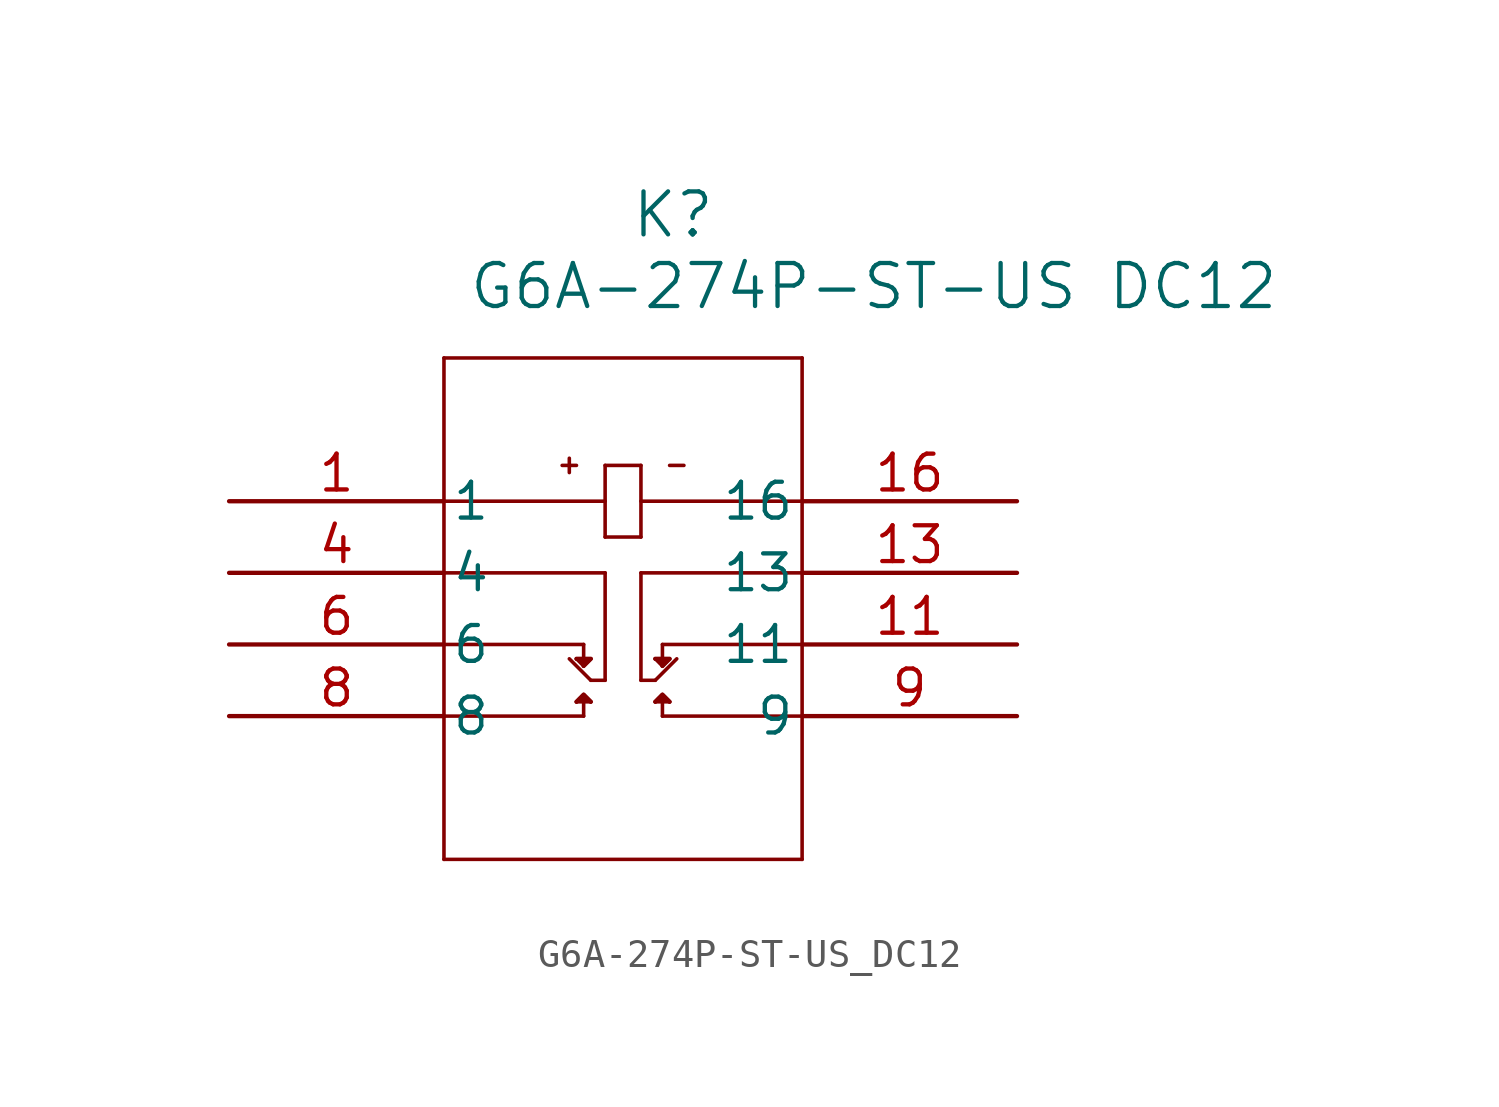
<source format=kicad_sym>
(kicad_symbol_lib
  (version 20211014)
  (generator kicad_symbol_editor)
  (symbol "G6A-274P-ST-US_DC12"
    (pin_names
      (offset 0.254))
    (property "Reference" "K"
      (at 15.748 10.16 0)
      (effects (font (size 1.524 1.524))))
    (property "Value" "G6A-274P-ST-US DC12"
      (at 22.86 7.62 0)
      (effects (font (size 1.524 1.524))))
    (symbol "G6A-274P-ST-US_DC12_0_1"
      (polyline (pts (xy 7.62 5.08) (xy 7.62 -12.7)) (stroke (width 0.127) (type default) (color 0 0 0 0)) (fill (type none)))
      (polyline (pts (xy 7.62 -12.7) (xy 20.32 -12.7)) (stroke (width 0.127) (type default) (color 0 0 0 0)) (fill (type none)))
      (polyline (pts (xy 20.32 -12.7) (xy 20.32 5.08)) (stroke (width 0.127) (type default) (color 0 0 0 0)) (fill (type none)))
      (polyline (pts (xy 20.32 5.08) (xy 7.62 5.08)) (stroke (width 0.127) (type default) (color 0 0 0 0)) (fill (type none)))
      (polyline (pts (xy 7.62 0) (xy 13.335 0)) (stroke (width 0.127) (type default) (color 0 0 0 0)) (fill (type none)))
      (polyline (pts (xy 13.335 1.27) (xy 13.335 -1.27)) (stroke (width 0.127) (type default) (color 0 0 0 0)) (fill (type none)))
      (polyline (pts (xy 13.335 -1.27) (xy 14.605 -1.27)) (stroke (width 0.127) (type default) (color 0 0 0 0)) (fill (type none)))
      (polyline (pts (xy 14.605 -1.27) (xy 14.605 1.27)) (stroke (width 0.127) (type default) (color 0 0 0 0)) (fill (type none)))
      (polyline (pts (xy 13.335 1.27) (xy 14.605 1.27)) (stroke (width 0.127) (type default) (color 0 0 0 0)) (fill (type none)))
      (polyline (pts (xy 14.605 0) (xy 20.32 0)) (stroke (width 0.127) (type default) (color 0 0 0 0)) (fill (type none)))
      (polyline (pts (xy 12.065 1.524) (xy 12.065 1.016)) (stroke (width 0.127) (type default) (color 0 0 0 0)) (fill (type none)))
      (polyline (pts (xy 11.811 1.27) (xy 12.319 1.27)) (stroke (width 0.127) (type default) (color 0 0 0 0)) (fill (type none)))
      (polyline (pts (xy 15.621 1.27) (xy 16.129 1.27)) (stroke (width 0.127) (type default) (color 0 0 0 0)) (fill (type none)))
      (polyline (pts (xy 7.62 -5.08) (xy 12.573 -5.08)) (stroke (width 0.127) (type default) (color 0 0 0 0)) (fill (type none)))
      (polyline (pts (xy 7.62 -7.62) (xy 12.573 -7.62)) (stroke (width 0.127) (type default) (color 0 0 0 0)) (fill (type none)))
      (polyline (pts (xy 12.573 -7.62) (xy 12.573 -7.112)) (stroke (width 0.127) (type default) (color 0 0 0 0)) (fill (type none)))
      (polyline (pts (xy 12.319 -7.112) (xy 12.827 -7.112)) (stroke (width 0.127) (type default) (color 0 0 0 0)) (fill (type none)))
      (polyline (pts (xy 12.319 -7.112) (xy 12.573 -6.858)) (stroke (width 0.127) (type default) (color 0 0 0 0)) (fill (type none)))
      (polyline (pts (xy 12.573 -6.858) (xy 12.827 -7.112)) (stroke (width 0.127) (type default) (color 0 0 0 0)) (fill (type none)))
      (polyline (pts (xy 12.573 -5.08) (xy 12.573 -5.588)) (stroke (width 0.127) (type default) (color 0 0 0 0)) (fill (type none)))
      (polyline (pts (xy 12.319 -5.588) (xy 12.827 -5.588)) (stroke (width 0.127) (type default) (color 0 0 0 0)) (fill (type none)))
      (polyline (pts (xy 12.319 -5.588) (xy 12.573 -5.842)) (stroke (width 0.127) (type default) (color 0 0 0 0)) (fill (type none)))
      (polyline (pts (xy 12.573 -5.842) (xy 12.827 -5.588)) (stroke (width 0.127) (type default) (color 0 0 0 0)) (fill (type none)))
      (polyline (pts (xy 7.62 -2.54) (xy 13.335 -2.54)) (stroke (width 0.127) (type default) (color 0 0 0 0)) (fill (type none)))
      (polyline (pts (xy 12.065 -5.588) (xy 12.827 -6.35)) (stroke (width 0.127) (type default) (color 0 0 0 0)) (fill (type none)))
      (polyline (pts (xy 13.335 -2.54) (xy 13.335 -6.35)) (stroke (width 0.127) (type default) (color 0 0 0 0)) (fill (type none)))
      (polyline (pts (xy 12.827 -6.35) (xy 13.335 -6.35)) (stroke (width 0.127) (type default) (color 0 0 0 0)) (fill (type none)))
      (polyline (pts (xy 14.605 -2.54) (xy 14.605 -6.35)) (stroke (width 0.127) (type default) (color 0 0 0 0)) (fill (type none)))
      (polyline (pts (xy 14.605 -6.35) (xy 15.113 -6.35)) (stroke (width 0.127) (type default) (color 0 0 0 0)) (fill (type none)))
      (polyline (pts (xy 14.605 -2.54) (xy 20.32 -2.54)) (stroke (width 0.127) (type default) (color 0 0 0 0)) (fill (type none)))
      (polyline (pts (xy 15.367 -5.08) (xy 20.32 -5.08)) (stroke (width 0.127) (type default) (color 0 0 0 0)) (fill (type none)))
      (polyline (pts (xy 15.367 -5.08) (xy 15.367 -5.588)) (stroke (width 0.127) (type default) (color 0 0 0 0)) (fill (type none)))
      (polyline (pts (xy 15.113 -5.588) (xy 15.621 -5.588)) (stroke (width 0.127) (type default) (color 0 0 0 0)) (fill (type none)))
      (polyline (pts (xy 15.113 -5.588) (xy 15.367 -5.842)) (stroke (width 0.127) (type default) (color 0 0 0 0)) (fill (type none)))
      (polyline (pts (xy 15.621 -5.588) (xy 15.367 -5.842)) (stroke (width 0.127) (type default) (color 0 0 0 0)) (fill (type none)))
      (polyline (pts (xy 15.367 -6.858) (xy 15.113 -7.112)) (stroke (width 0.127) (type default) (color 0 0 0 0)) (fill (type none)))
      (polyline (pts (xy 15.367 -6.858) (xy 15.621 -7.112)) (stroke (width 0.127) (type default) (color 0 0 0 0)) (fill (type none)))
      (polyline (pts (xy 15.113 -7.112) (xy 15.621 -7.112)) (stroke (width 0.127) (type default) (color 0 0 0 0)) (fill (type none)))
      (polyline (pts (xy 15.367 -7.112) (xy 15.367 -7.62)) (stroke (width 0.127) (type default) (color 0 0 0 0)) (fill (type none)))
      (polyline (pts (xy 15.367 -7.62) (xy 20.32 -7.62)) (stroke (width 0.127) (type default) (color 0 0 0 0)) (fill (type none)))
      (polyline (pts (xy 12.319 -5.588) (xy 12.827 -5.588) (xy 12.573 -5.842)) (stroke (width 0) (type default) (color 0 0 0 0)) (fill (type outline)))
      (polyline (pts (xy 15.113 -5.588) (xy 15.621 -5.588) (xy 15.367 -5.842)) (stroke (width 0) (type default) (color 0 0 0 0)) (fill (type outline)))
      (polyline (pts (xy 15.113 -7.112) (xy 15.367 -6.858) (xy 15.621 -7.112)) (stroke (width 0) (type default) (color 0 0 0 0)) (fill (type outline)))
      (polyline (pts (xy 12.319 -7.112) (xy 12.573 -6.858) (xy 12.827 -7.112)) (stroke (width 0) (type default) (color 0 0 0 0)) (fill (type outline)))
      (polyline (pts (xy 15.875 -5.588) (xy 15.113 -6.35)) (stroke (width 0.127) (type default) (color 0 0 0 0)) (fill (type none)))
      (pin unspecified line (at 0 0 0) (length 7.62) (name "1" (effects (font (size 1.27 1.27)))) (number "1" (effects (font (size 1.27 1.27)))))
      (pin unspecified line (at 0 -2.54 0) (length 7.62) (name "4" (effects (font (size 1.27 1.27)))) (number "4" (effects (font (size 1.27 1.27)))))
      (pin unspecified line (at 0 -5.08 0) (length 7.62) (name "6" (effects (font (size 1.27 1.27)))) (number "6" (effects (font (size 1.27 1.27)))))
      (pin unspecified line (at 0 -7.62 0) (length 7.62) (name "8" (effects (font (size 1.27 1.27)))) (number "8" (effects (font (size 1.27 1.27)))))
      (pin unspecified line (at 27.94 -7.62 180) (length 7.62) (name "9" (effects (font (size 1.27 1.27)))) (number "9" (effects (font (size 1.27 1.27)))))
      (pin unspecified line (at 27.94 -5.08 180) (length 7.62) (name "11" (effects (font (size 1.27 1.27)))) (number "11" (effects (font (size 1.27 1.27)))))
      (pin unspecified line (at 27.94 -2.54 180) (length 7.62) (name "13" (effects (font (size 1.27 1.27)))) (number "13" (effects (font (size 1.27 1.27)))))
      (pin unspecified line (at 27.94 0 180) (length 7.62) (name "16" (effects (font (size 1.27 1.27)))) (number "16" (effects (font (size 1.27 1.27))))))))
</source>
